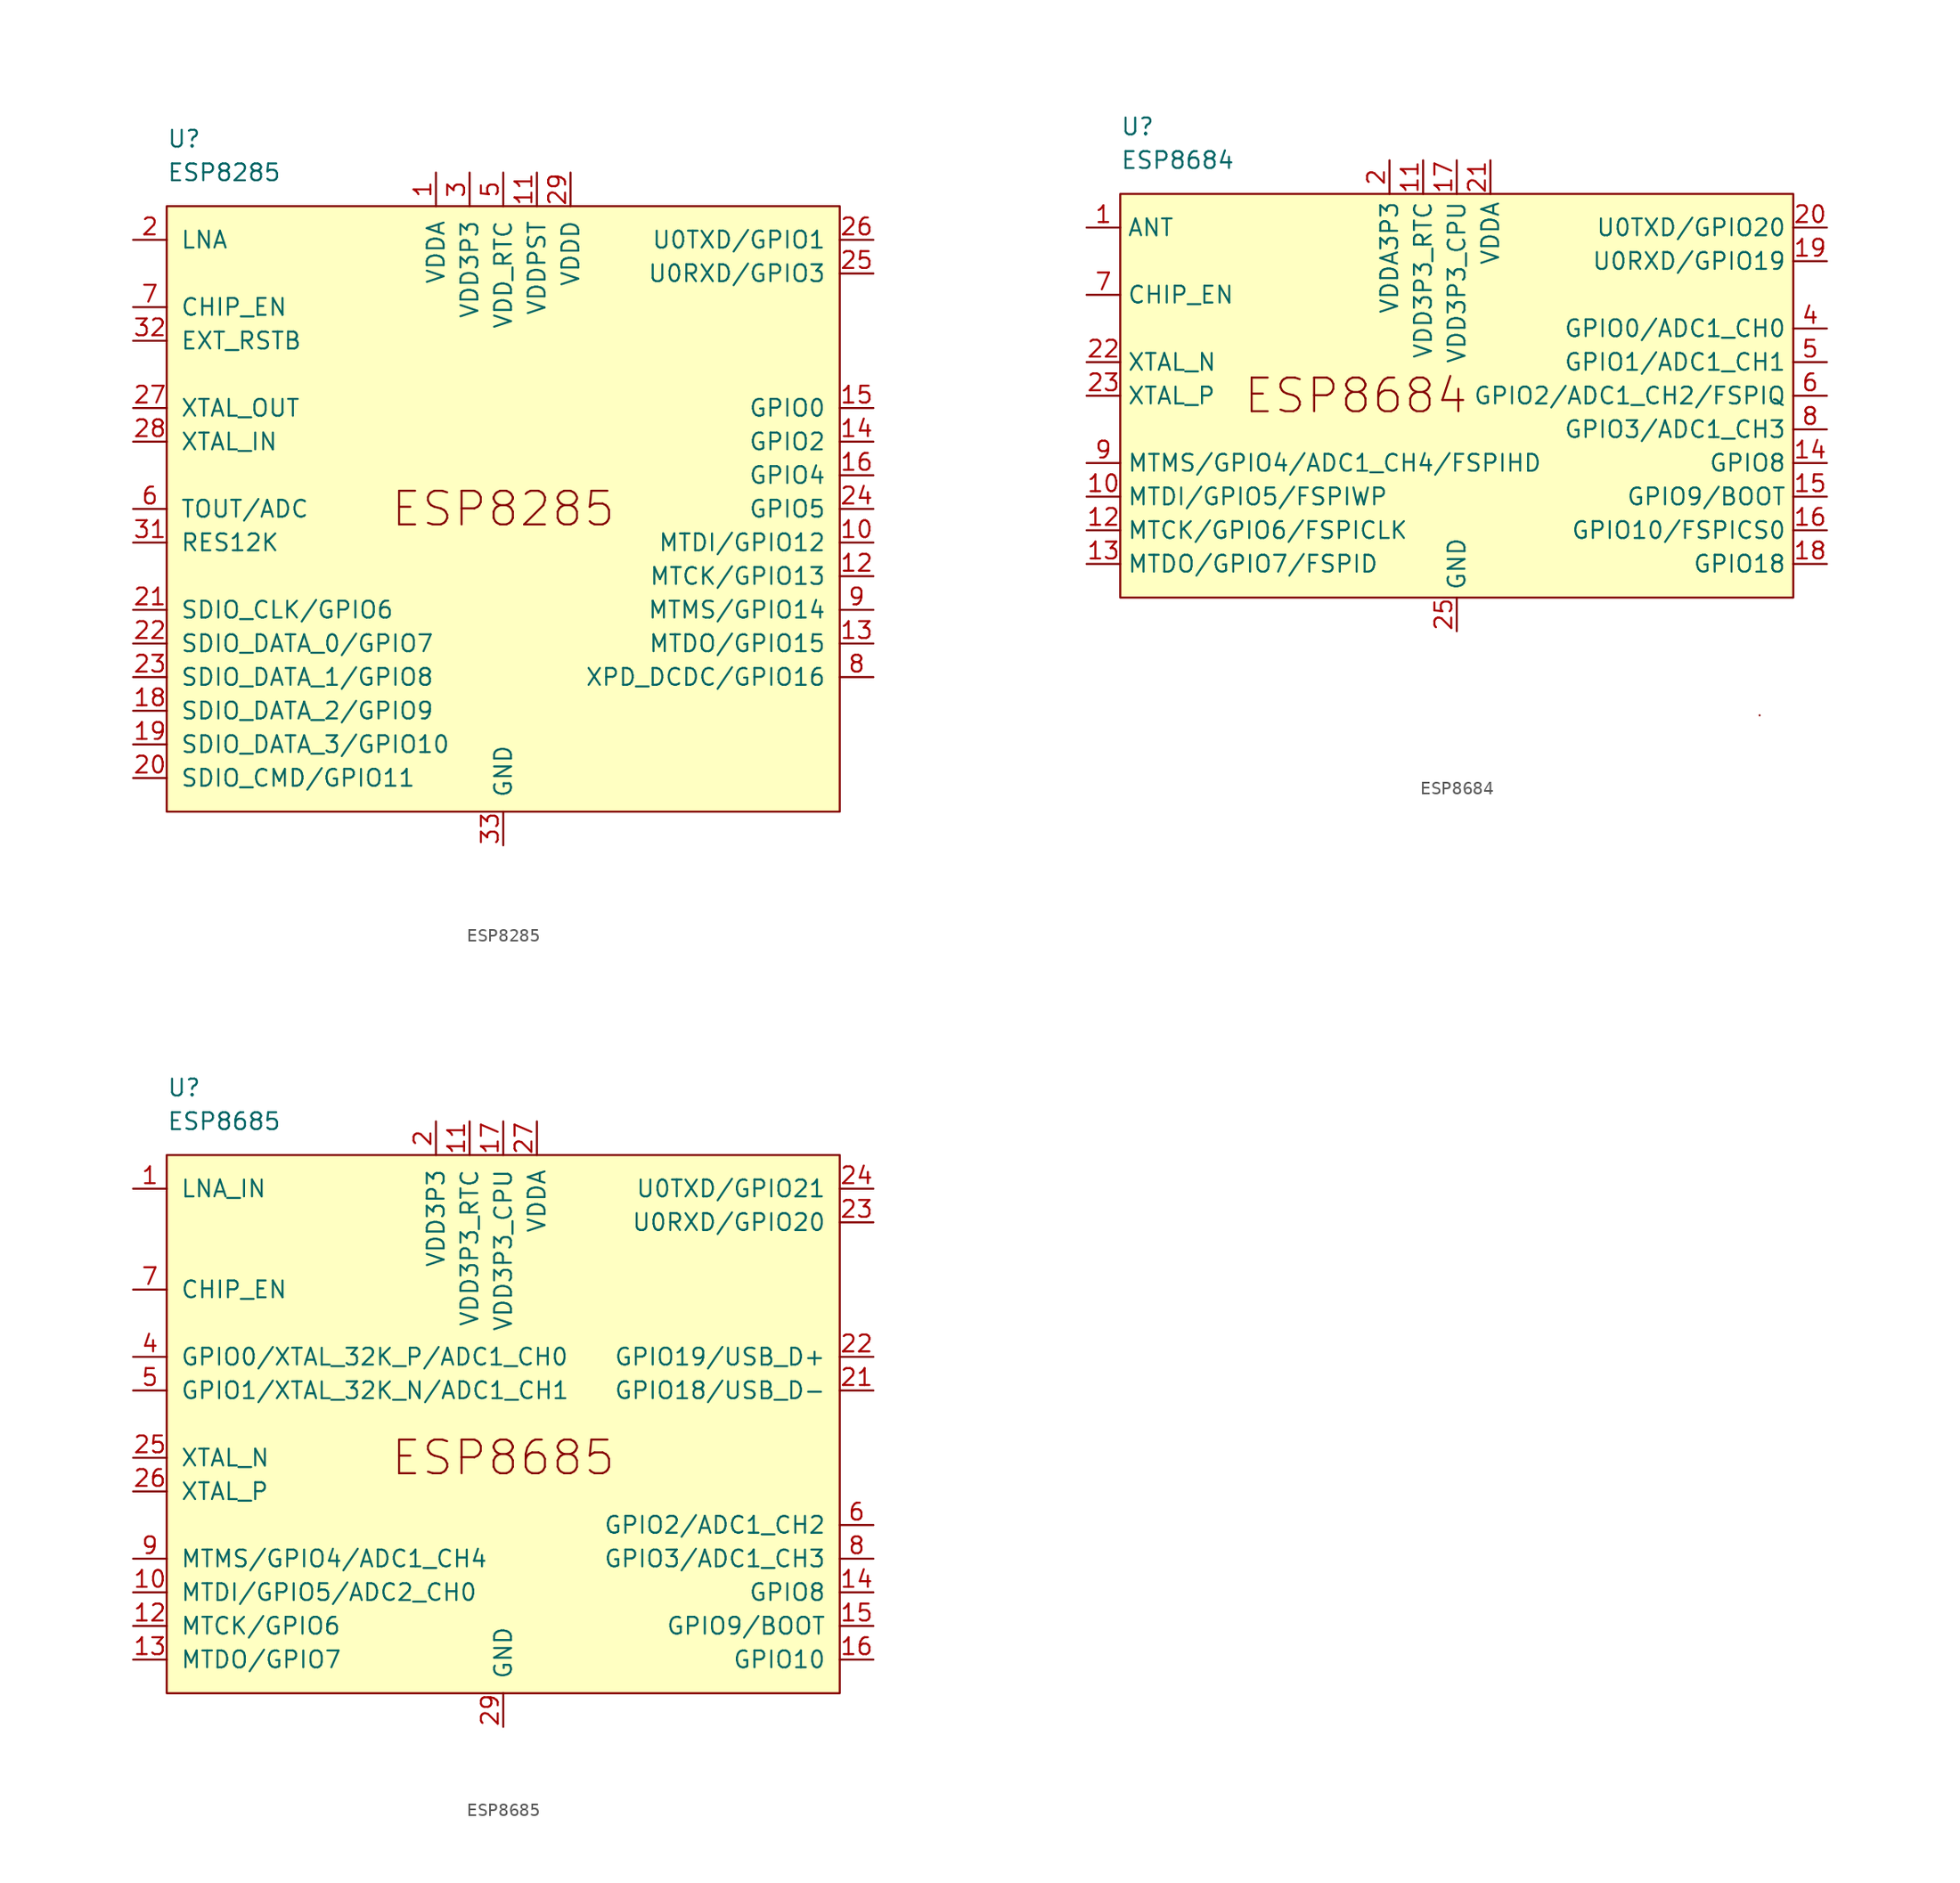
<source format=kicad_sym>
(kicad_symbol_lib
  (version 20241209)
  (generator "kicad_symbol_editor")
  (generator_version "9.0")
  (symbol "ESP8285"
    (pin_names
      (offset 1.016))
    (property "Reference" "U"
      (at -25.4 27.94 0)
      (effects (font (size 1.27 1.27)) (justify left)))
    (property "Value" "ESP8285"
      (at -25.4 25.4 0)
      (effects (font (size 1.27 1.27)) (justify left)))
    (symbol "ESP8285_0_0"
      (rectangle (start -25.4 22.86) (end 25.4 -22.86) (stroke (width 0) (type default)) (fill (type background))))
    (symbol "ESP8285_1_1"
      (text "ESP8285" (at 0 0 0) (effects (font (size 2.54 2.54))))
      (pin power_in line (at -27.94 20.32 0) (length 2.54) (name "LNA" (effects (font (size 1.27 1.27)))) (number "2" (effects (font (size 1.27 1.27)))))
      (pin input line (at -27.94 15.24 0) (length 2.54) (name "CHIP_EN" (effects (font (size 1.27 1.27)))) (number "7" (effects (font (size 1.27 1.27)))))
      (pin power_in line (at -27.94 12.7 0) (length 2.54) (name "EXT_RSTB" (effects (font (size 1.27 1.27)))) (number "32" (effects (font (size 1.27 1.27)))))
      (pin bidirectional line (at -27.94 7.62 0) (length 2.54) (name "XTAL_OUT" (effects (font (size 1.27 1.27)))) (number "27" (effects (font (size 1.27 1.27)))))
      (pin bidirectional line (at -27.94 5.08 0) (length 2.54) (name "XTAL_IN" (effects (font (size 1.27 1.27)))) (number "28" (effects (font (size 1.27 1.27)))))
      (pin input line (at -27.94 0 0) (length 2.54) (name "TOUT/ADC" (effects (font (size 1.27 1.27)))) (number "6" (effects (font (size 1.27 1.27)))))
      (pin input line (at -27.94 -2.54 0) (length 2.54) (name "RES12K" (effects (font (size 1.27 1.27)))) (number "31" (effects (font (size 1.27 1.27)))))
      (pin bidirectional line (at -27.94 -7.62 0) (length 2.54) (name "SDIO_CLK/GPIO6" (effects (font (size 1.27 1.27)))) (number "21" (effects (font (size 1.27 1.27)))))
      (pin bidirectional line (at -27.94 -10.16 0) (length 2.54) (name "SDIO_DATA_0/GPIO7" (effects (font (size 1.27 1.27)))) (number "22" (effects (font (size 1.27 1.27)))))
      (pin bidirectional line (at -27.94 -12.7 0) (length 2.54) (name "SDIO_DATA_1/GPIO8" (effects (font (size 1.27 1.27)))) (number "23" (effects (font (size 1.27 1.27)))))
      (pin bidirectional line (at -27.94 -15.24 0) (length 2.54) (name "SDIO_DATA_2/GPIO9" (effects (font (size 1.27 1.27)))) (number "18" (effects (font (size 1.27 1.27)))))
      (pin bidirectional line (at -27.94 -17.78 0) (length 2.54) (name "SDIO_DATA_3/GPIO10" (effects (font (size 1.27 1.27)))) (number "19" (effects (font (size 1.27 1.27)))))
      (pin bidirectional line (at -27.94 -20.32 0) (length 2.54) (name "SDIO_CMD/GPIO11" (effects (font (size 1.27 1.27)))) (number "20" (effects (font (size 1.27 1.27)))))
      (pin power_in line (at -5.08 25.4 270) (length 2.54) (name "VDDA" (effects (font (size 1.27 1.27)))) (number "1" (effects (font (size 1.27 1.27)))))
      (pin passive line (at -5.08 25.4 270) (length 2.54) (hide yes) (name "VDDA" (effects (font (size 1.27 1.27)))) (number "30" (effects (font (size 1.27 1.27)))))
      (pin power_in line (at -2.54 25.4 270) (length 2.54) (name "VDD3P3" (effects (font (size 1.27 1.27)))) (number "3" (effects (font (size 1.27 1.27)))))
      (pin passive line (at -2.54 25.4 270) (length 2.54) (hide yes) (name "VDD3P3" (effects (font (size 1.27 1.27)))) (number "4" (effects (font (size 1.27 1.27)))))
      (pin power_in line (at 0 25.4 270) (length 2.54) (name "VDD_RTC" (effects (font (size 1.27 1.27)))) (number "5" (effects (font (size 1.27 1.27)))))
      (pin power_in line (at 0 -25.4 90) (length 2.54) (name "GND" (effects (font (size 1.27 1.27)))) (number "33" (effects (font (size 1.27 1.27)))))
      (pin power_in line (at 2.54 25.4 270) (length 2.54) (name "VDDPST" (effects (font (size 1.27 1.27)))) (number "11" (effects (font (size 1.27 1.27)))))
      (pin passive line (at 2.54 25.4 270) (length 2.54) (hide yes) (name "VDDPST" (effects (font (size 1.27 1.27)))) (number "17" (effects (font (size 1.27 1.27)))))
      (pin power_in line (at 5.08 25.4 270) (length 2.54) (name "VDDD" (effects (font (size 1.27 1.27)))) (number "29" (effects (font (size 1.27 1.27)))))
      (pin bidirectional line (at 27.94 20.32 180) (length 2.54) (name "U0TXD/GPIO1" (effects (font (size 1.27 1.27)))) (number "26" (effects (font (size 1.27 1.27)))))
      (pin bidirectional line (at 27.94 17.78 180) (length 2.54) (name "U0RXD/GPIO3" (effects (font (size 1.27 1.27)))) (number "25" (effects (font (size 1.27 1.27)))))
      (pin bidirectional line (at 27.94 7.62 180) (length 2.54) (name "GPIO0" (effects (font (size 1.27 1.27)))) (number "15" (effects (font (size 1.27 1.27)))))
      (pin bidirectional line (at 27.94 5.08 180) (length 2.54) (name "GPIO2" (effects (font (size 1.27 1.27)))) (number "14" (effects (font (size 1.27 1.27)))))
      (pin bidirectional line (at 27.94 2.54 180) (length 2.54) (name "GPIO4" (effects (font (size 1.27 1.27)))) (number "16" (effects (font (size 1.27 1.27)))))
      (pin bidirectional line (at 27.94 0 180) (length 2.54) (name "GPIO5" (effects (font (size 1.27 1.27)))) (number "24" (effects (font (size 1.27 1.27)))))
      (pin bidirectional line (at 27.94 -2.54 180) (length 2.54) (name "MTDI/GPIO12" (effects (font (size 1.27 1.27)))) (number "10" (effects (font (size 1.27 1.27)))))
      (pin bidirectional line (at 27.94 -5.08 180) (length 2.54) (name "MTCK/GPIO13" (effects (font (size 1.27 1.27)))) (number "12" (effects (font (size 1.27 1.27)))))
      (pin bidirectional line (at 27.94 -7.62 180) (length 2.54) (name "MTMS/GPIO14" (effects (font (size 1.27 1.27)))) (number "9" (effects (font (size 1.27 1.27)))))
      (pin bidirectional line (at 27.94 -10.16 180) (length 2.54) (name "MTDO/GPIO15" (effects (font (size 1.27 1.27)))) (number "13" (effects (font (size 1.27 1.27)))))
      (pin bidirectional line (at 27.94 -12.7 180) (length 2.54) (name "XPD_DCDC/GPIO16" (effects (font (size 1.27 1.27)))) (number "8" (effects (font (size 1.27 1.27)))))))
  (symbol "ESP8684"
    (property "Reference" "U"
      (at -25.4 20.32 0)
      (effects (font (size 1.27 1.27)) (justify left)))
    (property "Value" "ESP8684"
      (at -25.4 17.78 0)
      (effects (font (size 1.27 1.27)) (justify left)))
    (symbol "ESP8684_0_0"
      (rectangle (start -25.4 15.24) (end 25.4 -15.24) (stroke (width 0) (type default)) (fill (type background)))
      (text "ESP8684" (at -7.62 0 0) (effects (font (size 2.54 2.54)))))
    (symbol "ESP8684_0_1"
      (rectangle (start 22.86 -24.13) (end 22.86 -24.13) (stroke (width 0) (type default)) (fill (type none))))
    (symbol "ESP8684_1_1"
      (pin bidirectional line (at -27.94 12.7 0) (length 2.54) (name "ANT" (effects (font (size 1.27 1.27)))) (number "1" (effects (font (size 1.27 1.27)))))
      (pin input line (at -27.94 7.62 0) (length 2.54) (name "CHIP_EN" (effects (font (size 1.27 1.27)))) (number "7" (effects (font (size 1.27 1.27)))))
      (pin output line (at -27.94 2.54 0) (length 2.54) (name "XTAL_N" (effects (font (size 1.27 1.27)))) (number "22" (effects (font (size 1.27 1.27)))))
      (pin input line (at -27.94 0 0) (length 2.54) (name "XTAL_P" (effects (font (size 1.27 1.27)))) (number "23" (effects (font (size 1.27 1.27)))))
      (pin bidirectional line (at -27.94 -5.08 0) (length 2.54) (name "MTMS/GPIO4/ADC1_CH4/FSPIHD" (effects (font (size 1.27 1.27)))) (number "9" (effects (font (size 1.27 1.27)))))
      (pin bidirectional line (at -27.94 -7.62 0) (length 2.54) (name "MTDI/GPIO5/FSPIWP" (effects (font (size 1.27 1.27)))) (number "10" (effects (font (size 1.27 1.27)))))
      (pin bidirectional line (at -27.94 -10.16 0) (length 2.54) (name "MTCK/GPIO6/FSPICLK" (effects (font (size 1.27 1.27)))) (number "12" (effects (font (size 1.27 1.27)))))
      (pin bidirectional line (at -27.94 -12.7 0) (length 2.54) (name "MTDO/GPIO7/FSPID" (effects (font (size 1.27 1.27)))) (number "13" (effects (font (size 1.27 1.27)))))
      (pin power_in line (at -5.08 17.78 270) (length 2.54) (name "VDDA3P3" (effects (font (size 1.27 1.27)))) (number "2" (effects (font (size 1.27 1.27)))))
      (pin passive line (at -5.08 17.78 270) (length 2.54) (hide yes) (name "VDDA3P3" (effects (font (size 1.27 1.27)))) (number "3" (effects (font (size 1.27 1.27)))))
      (pin power_in line (at -2.54 17.78 270) (length 2.54) (name "VDD3P3_RTC" (effects (font (size 1.27 1.27)))) (number "11" (effects (font (size 1.27 1.27)))))
      (pin power_in line (at 0 17.78 270) (length 2.54) (name "VDD3P3_CPU" (effects (font (size 1.27 1.27)))) (number "17" (effects (font (size 1.27 1.27)))))
      (pin power_in line (at 0 -17.78 90) (length 2.54) (name "GND" (effects (font (size 1.27 1.27)))) (number "25" (effects (font (size 1.27 1.27)))))
      (pin power_in line (at 2.54 17.78 270) (length 2.54) (name "VDDA" (effects (font (size 1.27 1.27)))) (number "21" (effects (font (size 1.27 1.27)))))
      (pin passive line (at 2.54 17.78 270) (length 2.54) (hide yes) (name "VDDA" (effects (font (size 1.27 1.27)))) (number "24" (effects (font (size 1.27 1.27)))))
      (pin bidirectional line (at 27.94 12.7 180) (length 2.54) (name "U0TXD/GPIO20" (effects (font (size 1.27 1.27)))) (number "20" (effects (font (size 1.27 1.27)))))
      (pin bidirectional line (at 27.94 10.16 180) (length 2.54) (name "U0RXD/GPIO19" (effects (font (size 1.27 1.27)))) (number "19" (effects (font (size 1.27 1.27)))))
      (pin bidirectional line (at 27.94 5.08 180) (length 2.54) (name "GPIO0/ADC1_CH0" (effects (font (size 1.27 1.27)))) (number "4" (effects (font (size 1.27 1.27)))))
      (pin bidirectional line (at 27.94 2.54 180) (length 2.54) (name "GPIO1/ADC1_CH1" (effects (font (size 1.27 1.27)))) (number "5" (effects (font (size 1.27 1.27)))))
      (pin bidirectional line (at 27.94 0 180) (length 2.54) (name "GPIO2/ADC1_CH2/FSPIQ" (effects (font (size 1.27 1.27)))) (number "6" (effects (font (size 1.27 1.27)))))
      (pin bidirectional line (at 27.94 -2.54 180) (length 2.54) (name "GPIO3/ADC1_CH3" (effects (font (size 1.27 1.27)))) (number "8" (effects (font (size 1.27 1.27)))))
      (pin bidirectional line (at 27.94 -5.08 180) (length 2.54) (name "GPIO8" (effects (font (size 1.27 1.27)))) (number "14" (effects (font (size 1.27 1.27)))))
      (pin bidirectional line (at 27.94 -7.62 180) (length 2.54) (name "GPIO9/BOOT" (effects (font (size 1.27 1.27)))) (number "15" (effects (font (size 1.27 1.27)))))
      (pin bidirectional line (at 27.94 -10.16 180) (length 2.54) (name "GPIO10/FSPICS0" (effects (font (size 1.27 1.27)))) (number "16" (effects (font (size 1.27 1.27)))))
      (pin bidirectional line (at 27.94 -12.7 180) (length 2.54) (name "GPIO18" (effects (font (size 1.27 1.27)))) (number "18" (effects (font (size 1.27 1.27)))))))
  (symbol "ESP8685"
    (pin_names
      (offset 1.016))
    (property "Reference" "U"
      (at -25.4 25.4 0)
      (effects (font (size 1.27 1.27)) (justify left)))
    (property "Value" "ESP8685"
      (at -25.4 22.86 0)
      (effects (font (size 1.27 1.27)) (justify left)))
    (symbol "ESP8685_0_0"
      (rectangle (start -25.4 20.32) (end 25.4 -20.32) (stroke (width 0) (type default)) (fill (type background)))
      (text "ESP8685" (at 0 -2.54 0) (effects (font (size 2.54 2.54))))
      (pin bidirectional line (at -27.94 17.78 0) (length 2.54) (name "LNA_IN" (effects (font (size 1.27 1.27)))) (number "1" (effects (font (size 1.27 1.27)))))
      (pin input line (at -27.94 10.16 0) (length 2.54) (name "CHIP_EN" (effects (font (size 1.27 1.27)))) (number "7" (effects (font (size 1.27 1.27)))))
      (pin output line (at -27.94 5.08 0) (length 2.54) (name "GPIO0/XTAL_32K_P/ADC1_CH0" (effects (font (size 1.27 1.27)))) (number "4" (effects (font (size 1.27 1.27)))))
      (pin input line (at -27.94 2.54 0) (length 2.54) (name "GPIO1/XTAL_32K_N/ADC1_CH1" (effects (font (size 1.27 1.27)))) (number "5" (effects (font (size 1.27 1.27)))))
      (pin output line (at -27.94 -2.54 0) (length 2.54) (name "XTAL_N" (effects (font (size 1.27 1.27)))) (number "25" (effects (font (size 1.27 1.27)))))
      (pin input line (at -27.94 -5.08 0) (length 2.54) (name "XTAL_P" (effects (font (size 1.27 1.27)))) (number "26" (effects (font (size 1.27 1.27)))))
      (pin bidirectional line (at -27.94 -10.16 0) (length 2.54) (name "MTMS/GPIO4/ADC1_CH4" (effects (font (size 1.27 1.27)))) (number "9" (effects (font (size 1.27 1.27)))))
      (pin bidirectional line (at -27.94 -12.7 0) (length 2.54) (name "MTDI/GPIO5/ADC2_CH0" (effects (font (size 1.27 1.27)))) (number "10" (effects (font (size 1.27 1.27)))))
      (pin bidirectional line (at -27.94 -15.24 0) (length 2.54) (name "MTCK/GPIO6" (effects (font (size 1.27 1.27)))) (number "12" (effects (font (size 1.27 1.27)))))
      (pin bidirectional line (at -27.94 -17.78 0) (length 2.54) (name "MTDO/GPIO7" (effects (font (size 1.27 1.27)))) (number "13" (effects (font (size 1.27 1.27)))))
      (pin power_in line (at -5.08 22.86 270) (length 2.54) (name "VDD3P3" (effects (font (size 1.27 1.27)))) (number "2" (effects (font (size 1.27 1.27)))))
      (pin passive line (at -5.08 22.86 270) (length 2.54) (hide yes) (name "VDD3P3" (effects (font (size 1.27 1.27)))) (number "3" (effects (font (size 1.27 1.27)))))
      (pin power_in line (at -2.54 22.86 270) (length 2.54) (name "VDD3P3_RTC" (effects (font (size 1.27 1.27)))) (number "11" (effects (font (size 1.27 1.27)))))
      (pin power_in line (at 0 22.86 270) (length 2.54) (name "VDD3P3_CPU" (effects (font (size 1.27 1.27)))) (number "17" (effects (font (size 1.27 1.27)))))
      (pin power_in line (at 0 -22.86 90) (length 2.54) (name "GND" (effects (font (size 1.27 1.27)))) (number "29" (effects (font (size 1.27 1.27)))))
      (pin power_in line (at 2.54 22.86 270) (length 2.54) (name "VDDA" (effects (font (size 1.27 1.27)))) (number "27" (effects (font (size 1.27 1.27)))))
      (pin passive line (at 2.54 22.86 270) (length 2.54) (hide yes) (name "VDDA" (effects (font (size 1.27 1.27)))) (number "28" (effects (font (size 1.27 1.27)))))
      (pin bidirectional line (at 27.94 17.78 180) (length 2.54) (name "U0TXD/GPIO21" (effects (font (size 1.27 1.27)))) (number "24" (effects (font (size 1.27 1.27)))))
      (pin bidirectional line (at 27.94 15.24 180) (length 2.54) (name "U0RXD/GPIO20" (effects (font (size 1.27 1.27)))) (number "23" (effects (font (size 1.27 1.27)))))
      (pin bidirectional line (at 27.94 5.08 180) (length 2.54) (name "GPIO19/USB_D+" (effects (font (size 1.27 1.27)))) (number "22" (effects (font (size 1.27 1.27)))))
      (pin bidirectional line (at 27.94 2.54 180) (length 2.54) (name "GPIO18/USB_D-" (effects (font (size 1.27 1.27)))) (number "21" (effects (font (size 1.27 1.27)))))
      (pin bidirectional line (at 27.94 -7.62 180) (length 2.54) (name "GPIO2/ADC1_CH2" (effects (font (size 1.27 1.27)))) (number "6" (effects (font (size 1.27 1.27)))))
      (pin bidirectional line (at 27.94 -10.16 180) (length 2.54) (name "GPIO3/ADC1_CH3" (effects (font (size 1.27 1.27)))) (number "8" (effects (font (size 1.27 1.27)))))
      (pin bidirectional line (at 27.94 -12.7 180) (length 2.54) (name "GPIO8" (effects (font (size 1.27 1.27)))) (number "14" (effects (font (size 1.27 1.27)))))
      (pin bidirectional line (at 27.94 -15.24 180) (length 2.54) (name "GPIO9/BOOT" (effects (font (size 1.27 1.27)))) (number "15" (effects (font (size 1.27 1.27)))))
      (pin bidirectional line (at 27.94 -17.78 180) (length 2.54) (name "GPIO10" (effects (font (size 1.27 1.27)))) (number "16" (effects (font (size 1.27 1.27))))))))
</source>
